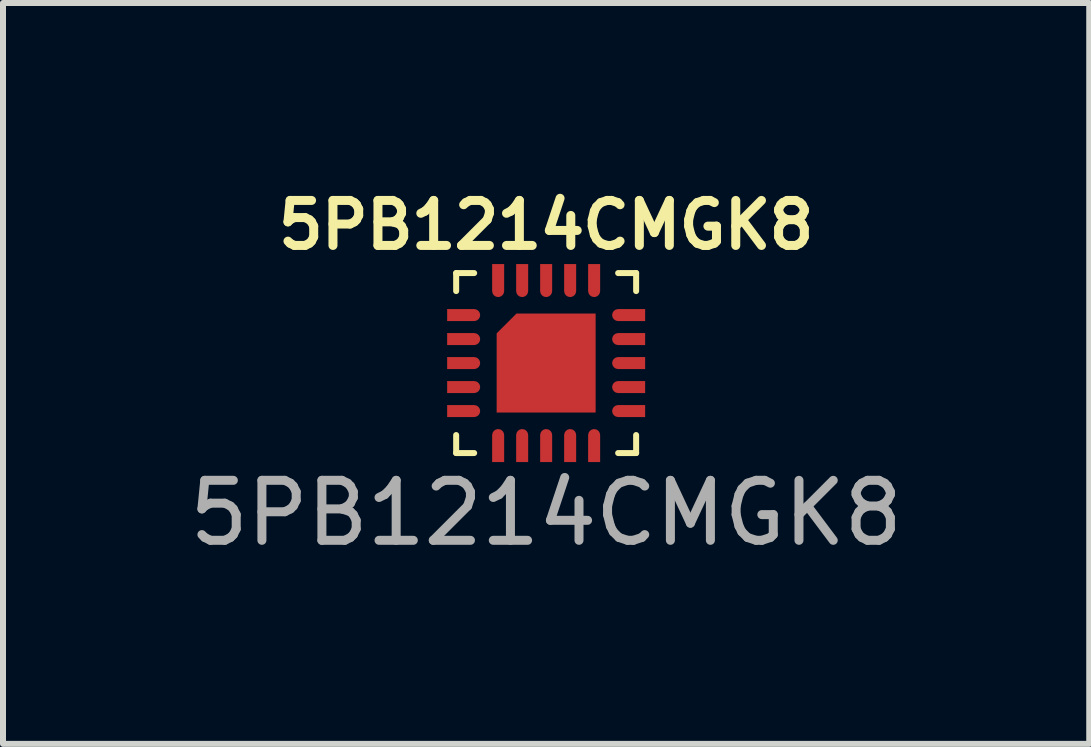
<source format=kicad_pcb>
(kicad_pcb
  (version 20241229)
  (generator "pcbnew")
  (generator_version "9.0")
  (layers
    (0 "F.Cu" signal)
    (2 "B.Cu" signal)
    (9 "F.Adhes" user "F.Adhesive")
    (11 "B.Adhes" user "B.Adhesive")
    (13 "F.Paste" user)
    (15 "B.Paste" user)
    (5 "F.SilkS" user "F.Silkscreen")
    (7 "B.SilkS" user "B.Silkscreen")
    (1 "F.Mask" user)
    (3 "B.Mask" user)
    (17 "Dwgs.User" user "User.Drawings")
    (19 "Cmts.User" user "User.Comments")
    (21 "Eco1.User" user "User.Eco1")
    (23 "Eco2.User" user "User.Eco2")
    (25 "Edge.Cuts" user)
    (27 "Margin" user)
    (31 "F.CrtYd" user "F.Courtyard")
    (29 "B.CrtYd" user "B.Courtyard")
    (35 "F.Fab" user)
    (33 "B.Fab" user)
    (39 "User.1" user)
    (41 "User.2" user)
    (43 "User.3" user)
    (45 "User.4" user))
  (footprint "5PB1214CMGK8"
    (layer "F.Cu")
    (at 6.054 3.002)
    (property "Reference" "5PB1214CMGK8" (at 0 -2.3 0) (unlocked yes) (layer "F.SilkS") (effects (font (size 0.75 0.75) (thickness 0.15) (bold yes))))
    (attr smd)
    (fp_line (start -1.5 -1.5) (end -1.5 -1.2) (stroke (width 0.1) (type default)) (layer "F.SilkS"))
    (fp_line (start -1.5 1.2) (end -1.5 1.5) (stroke (width 0.1) (type default)) (layer "F.SilkS"))
    (fp_line (start -1.5 1.5) (end -1.2 1.5) (stroke (width 0.1) (type default)) (layer "F.SilkS"))
    (fp_line (start -1.2 -1.5) (end -1.5 -1.5) (stroke (width 0.1) (type default)) (layer "F.SilkS"))
    (fp_line (start 1.2 1.5) (end 1.5 1.5) (stroke (width 0.1) (type default)) (layer "F.SilkS"))
    (fp_line (start 1.5 -1.5) (end 1.2 -1.5) (stroke (width 0.1) (type default)) (layer "F.SilkS"))
    (fp_line (start 1.5 -1.2) (end 1.5 -1.5) (stroke (width 0.1) (type default)) (layer "F.SilkS"))
    (fp_line (start 1.5 1.5) (end 1.5 1.2) (stroke (width 0.1) (type default)) (layer "F.SilkS"))
    (fp_text user "${REFERENCE}" (at 0 2.5 0) (unlocked yes) (layer "F.Fab") (effects (font (size 1 1) (thickness 0.15))))
    (pad "1" smd roundrect (at -1.375 -0.8 90) (size 0.2 0.55) (layers "F.Cu" "F.Mask" "F.Paste") (roundrect_rratio 0.5) (chamfer_ratio 0) (chamfer top_left top_right))
    (pad "2" smd roundrect (at -1.375 -0.4 90) (size 0.2 0.55) (layers "F.Cu" "F.Mask" "F.Paste") (roundrect_rratio 0.5) (chamfer_ratio 0) (chamfer top_left top_right))
    (pad "2" smd roundrect (at -0.4 1.375 180) (size 0.2 0.55) (layers "F.Cu" "F.Mask" "F.Paste") (roundrect_rratio 0.5) (chamfer_ratio 0) (chamfer top_left top_right))
    (pad "2" smd roundrect (at 1.375 0.4 270) (size 0.2 0.55) (layers "F.Cu" "F.Mask" "F.Paste") (roundrect_rratio 0.5) (chamfer_ratio 0) (chamfer top_left top_right))
    (pad "3" smd roundrect (at -1.375 0 90) (size 0.2 0.55) (layers "F.Cu" "F.Mask" "F.Paste") (roundrect_rratio 0.5) (chamfer_ratio 0) (chamfer top_left top_right))
    (pad "3" smd roundrect (at 0 0) (size 1.65 1.65) (layers "F.Cu" "F.Mask" "F.Paste") (roundrect_rratio 0) (chamfer_ratio 0.2) (chamfer top_left))
    (pad "3" smd roundrect (at 0.4 1.375 180) (size 0.2 0.55) (layers "F.Cu" "F.Mask" "F.Paste") (roundrect_rratio 0.5) (chamfer_ratio 0) (chamfer top_left top_right))
    (pad "3" smd roundrect (at 1.375 -0.4 270) (size 0.2 0.55) (layers "F.Cu" "F.Mask" "F.Paste") (roundrect_rratio 0.5) (chamfer_ratio 0) (chamfer top_left top_right))
    (pad "4" smd roundrect (at -1.375 0.4 90) (size 0.2 0.55) (layers "F.Cu" "F.Mask" "F.Paste") (roundrect_rratio 0.5) (chamfer_ratio 0) (chamfer top_left top_right))
    (pad "5" smd roundrect (at -1.375 0.8 90) (size 0.2 0.55) (layers "F.Cu" "F.Mask" "F.Paste") (roundrect_rratio 0.5) (chamfer_ratio 0) (chamfer top_left top_right))
    (pad "6" smd roundrect (at -0.8 1.375 180) (size 0.2 0.55) (layers "F.Cu" "F.Mask" "F.Paste") (roundrect_rratio 0.5) (chamfer_ratio 0) (chamfer top_left top_right))
    (pad "8" smd roundrect (at 0 1.375 180) (size 0.2 0.55) (layers "F.Cu" "F.Mask" "F.Paste") (roundrect_rratio 0.5) (chamfer_ratio 0) (chamfer top_left top_right))
    (pad "10" smd roundrect (at 0.8 1.375 180) (size 0.2 0.55) (layers "F.Cu" "F.Mask" "F.Paste") (roundrect_rratio 0.5) (chamfer_ratio 0) (chamfer top_left top_right))
    (pad "11" smd roundrect (at 1.375 0.8 270) (size 0.2 0.55) (layers "F.Cu" "F.Mask" "F.Paste") (roundrect_rratio 0.5) (chamfer_ratio 0) (chamfer top_left top_right))
    (pad "13" smd roundrect (at 1.375 0 270) (size 0.2 0.55) (layers "F.Cu" "F.Mask" "F.Paste") (roundrect_rratio 0.5) (chamfer_ratio 0) (chamfer top_left top_right))
    (pad "15" smd roundrect (at 1.375 -0.8 270) (size 0.2 0.55) (layers "F.Cu" "F.Mask" "F.Paste") (roundrect_rratio 0.5) (chamfer_ratio 0) (chamfer top_left top_right))
    (pad "16" smd roundrect (at 0.8 -1.375) (size 0.2 0.55) (layers "F.Cu" "F.Mask" "F.Paste") (roundrect_rratio 0.5) (chamfer_ratio 0) (chamfer top_left top_right))
    (pad "17" smd roundrect (at 0.4 -1.375) (size 0.2 0.55) (layers "F.Cu" "F.Mask" "F.Paste") (roundrect_rratio 0.5) (chamfer_ratio 0) (chamfer top_left top_right))
    (pad "18" smd roundrect (at 0 -1.375) (size 0.2 0.55) (layers "F.Cu" "F.Mask" "F.Paste") (roundrect_rratio 0.5) (chamfer_ratio 0) (chamfer top_left top_right))
    (pad "19" smd roundrect (at -0.4 -1.375) (size 0.2 0.55) (layers "F.Cu" "F.Mask" "F.Paste") (roundrect_rratio 0.5) (chamfer_ratio 0) (chamfer top_left top_right))
    (pad "20" smd roundrect (at -0.8 -1.375) (size 0.2 0.55) (layers "F.Cu" "F.Mask" "F.Paste") (roundrect_rratio 0.5) (chamfer_ratio 0) (chamfer top_left top_right)))
  (gr_rect
    (start -3 -3)
    (end 15.107 9.35)
    (stroke (width 0.1) (type default))
    (fill no)
    (layer "Edge.Cuts")))
</source>
